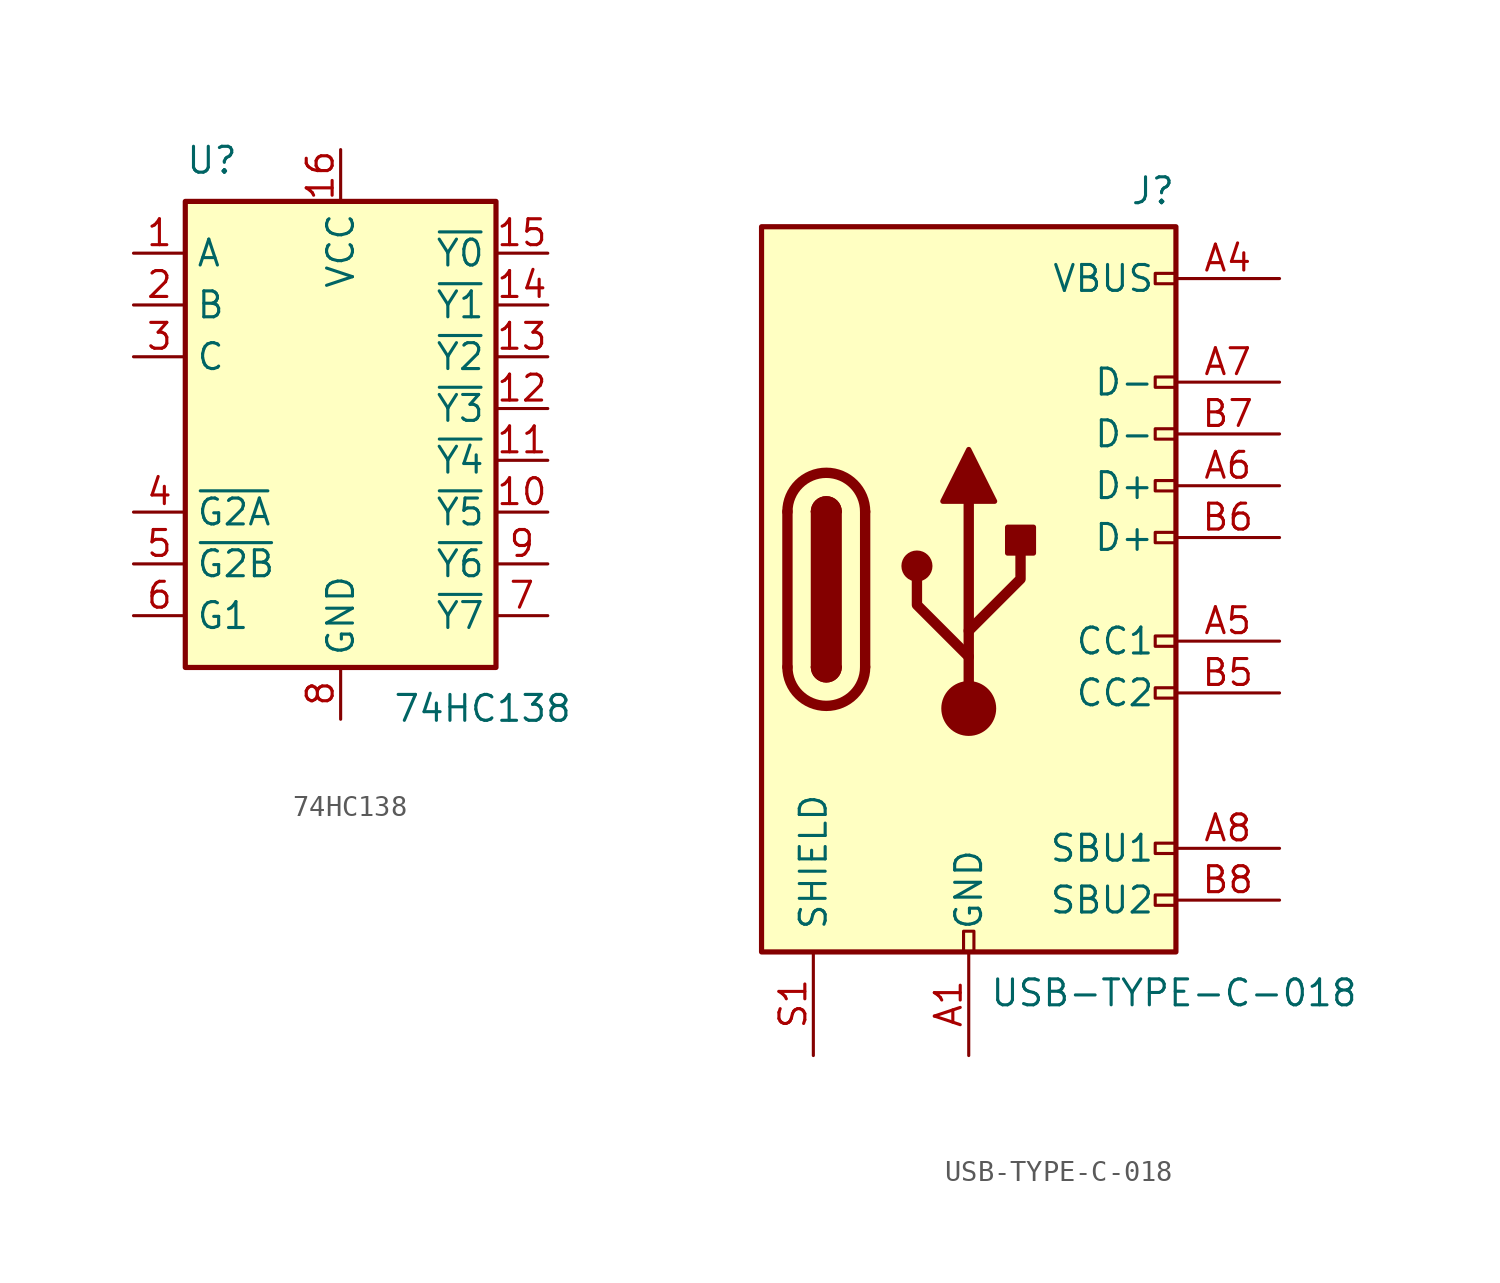
<source format=kicad_sym>
(kicad_symbol_lib
  (version 20241209)
  (generator "kicad_symbol_editor")
  (generator_version "9.0")
  (symbol "74HC138"
    (property "Reference" "U"
      (at -7.62 13.97 0)
      (effects (font (size 1.27 1.27)) (justify left bottom)))
    (property "Value" "74HC138"
      (at 2.54 -11.43 0)
      (effects (font (size 1.27 1.27)) (justify left top)))
    (symbol "74HC138_0_1"
      (rectangle (start -7.62 12.7) (end 7.62 -10.16) (stroke (width 0.254) (type default)) (fill (type background))))
    (symbol "74HC138_1_1"
      (pin input line (at -10.16 10.16 0) (length 2.54) (name "A" (effects (font (size 1.27 1.27)))) (number "1" (effects (font (size 1.27 1.27)))))
      (pin input line (at -10.16 7.62 0) (length 2.54) (name "B" (effects (font (size 1.27 1.27)))) (number "2" (effects (font (size 1.27 1.27)))))
      (pin input line (at -10.16 5.08 0) (length 2.54) (name "C" (effects (font (size 1.27 1.27)))) (number "3" (effects (font (size 1.27 1.27)))))
      (pin input line (at -10.16 -2.54 0) (length 2.54) (name "~{G2A}" (effects (font (size 1.27 1.27)))) (number "4" (effects (font (size 1.27 1.27)))))
      (pin input line (at -10.16 -5.08 0) (length 2.54) (name "~{G2B}" (effects (font (size 1.27 1.27)))) (number "5" (effects (font (size 1.27 1.27)))))
      (pin input line (at -10.16 -7.62 0) (length 2.54) (name "G1" (effects (font (size 1.27 1.27)))) (number "6" (effects (font (size 1.27 1.27)))))
      (pin power_in line (at 0 15.24 270) (length 2.54) (name "VCC" (effects (font (size 1.27 1.27)))) (number "16" (effects (font (size 1.27 1.27)))))
      (pin power_in line (at 0 -12.7 90) (length 2.54) (name "GND" (effects (font (size 1.27 1.27)))) (number "8" (effects (font (size 1.27 1.27)))))
      (pin output line (at 10.16 10.16 180) (length 2.54) (name "~{Y0}" (effects (font (size 1.27 1.27)))) (number "15" (effects (font (size 1.27 1.27)))))
      (pin output line (at 10.16 7.62 180) (length 2.54) (name "~{Y1}" (effects (font (size 1.27 1.27)))) (number "14" (effects (font (size 1.27 1.27)))))
      (pin output line (at 10.16 5.08 180) (length 2.54) (name "~{Y2}" (effects (font (size 1.27 1.27)))) (number "13" (effects (font (size 1.27 1.27)))))
      (pin output line (at 10.16 2.54 180) (length 2.54) (name "~{Y3}" (effects (font (size 1.27 1.27)))) (number "12" (effects (font (size 1.27 1.27)))))
      (pin output line (at 10.16 0 180) (length 2.54) (name "~{Y4}" (effects (font (size 1.27 1.27)))) (number "11" (effects (font (size 1.27 1.27)))))
      (pin output line (at 10.16 -2.54 180) (length 2.54) (name "~{Y5}" (effects (font (size 1.27 1.27)))) (number "10" (effects (font (size 1.27 1.27)))))
      (pin output line (at 10.16 -5.08 180) (length 2.54) (name "~{Y6}" (effects (font (size 1.27 1.27)))) (number "9" (effects (font (size 1.27 1.27)))))
      (pin output line (at 10.16 -7.62 180) (length 2.54) (name "~{Y7}" (effects (font (size 1.27 1.27)))) (number "7" (effects (font (size 1.27 1.27)))))))
  (symbol "USB-TYPE-C-018"
    (pin_names
      (offset 1.016))
    (property "Reference" "J"
      (at 10.16 18.796 0)
      (effects (font (size 1.27 1.27)) (justify right bottom)))
    (property "Value" "USB-TYPE-C-018"
      (at 1.016 -19.05 0)
      (effects (font (size 1.27 1.27)) (justify left top)))
    (symbol "USB-TYPE-C-018_0_0"
      (rectangle (start -0.254 -17.78) (end 0.254 -16.764) (stroke (width 0) (type default)) (fill (type none)))
      (rectangle (start 10.16 15.494) (end 9.144 14.986) (stroke (width 0) (type default)) (fill (type none)))
      (rectangle (start 10.16 10.414) (end 9.144 9.906) (stroke (width 0) (type default)) (fill (type none)))
      (rectangle (start 10.16 7.874) (end 9.144 7.366) (stroke (width 0) (type default)) (fill (type none)))
      (rectangle (start 10.16 5.334) (end 9.144 4.826) (stroke (width 0) (type default)) (fill (type none)))
      (rectangle (start 10.16 2.794) (end 9.144 2.286) (stroke (width 0) (type default)) (fill (type none)))
      (rectangle (start 10.16 -2.286) (end 9.144 -2.794) (stroke (width 0) (type default)) (fill (type none)))
      (rectangle (start 10.16 -4.826) (end 9.144 -5.334) (stroke (width 0) (type default)) (fill (type none)))
      (rectangle (start 10.16 -12.446) (end 9.144 -12.954) (stroke (width 0) (type default)) (fill (type none)))
      (rectangle (start 10.16 -14.986) (end 9.144 -15.494) (stroke (width 0) (type default)) (fill (type none))))
    (symbol "USB-TYPE-C-018_0_1"
      (rectangle (start -10.16 17.78) (end 10.16 -17.78) (stroke (width 0.254) (type default)) (fill (type background)))
      (polyline (pts (xy -8.89 -3.81) (xy -8.89 3.81)) (stroke (width 0.508) (type default)) (fill (type none)))
      (rectangle (start -7.62 -3.81) (end -6.35 3.81) (stroke (width 0.254) (type default)) (fill (type outline)))
      (arc (start -7.62 3.81) (mid -6.985 4.4423) (end -6.35 3.81) (stroke (width 0.254) (type default)) (fill (type none)))
      (arc (start -7.62 3.81) (mid -6.985 4.4423) (end -6.35 3.81) (stroke (width 0.254) (type default)) (fill (type outline)))
      (arc (start -8.89 3.81) (mid -6.985 5.7067) (end -5.08 3.81) (stroke (width 0.508) (type default)) (fill (type none)))
      (arc (start -5.08 -3.81) (mid -6.985 -5.7067) (end -8.89 -3.81) (stroke (width 0.508) (type default)) (fill (type none)))
      (arc (start -6.35 -3.81) (mid -6.985 -4.4423) (end -7.62 -3.81) (stroke (width 0.254) (type default)) (fill (type none)))
      (arc (start -6.35 -3.81) (mid -6.985 -4.4423) (end -7.62 -3.81) (stroke (width 0.254) (type default)) (fill (type outline)))
      (polyline (pts (xy -5.08 3.81) (xy -5.08 -3.81)) (stroke (width 0.508) (type default)) (fill (type none)))
      (circle (center -2.54 1.143) (radius 0.635) (stroke (width 0.254) (type default)) (fill (type outline)))
      (polyline (pts (xy -1.27 4.318) (xy 0 6.858) (xy 1.27 4.318) (xy -1.27 4.318)) (stroke (width 0.254) (type default)) (fill (type outline)))
      (polyline (pts (xy 0 -2.032) (xy 2.54 0.508) (xy 2.54 1.778)) (stroke (width 0.508) (type default)) (fill (type none)))
      (polyline (pts (xy 0 -3.302) (xy -2.54 -0.762) (xy -2.54 0.508)) (stroke (width 0.508) (type default)) (fill (type none)))
      (polyline (pts (xy 0 -5.842) (xy 0 4.318)) (stroke (width 0.508) (type default)) (fill (type none)))
      (circle (center 0 -5.842) (radius 1.27) (stroke (width 0) (type default)) (fill (type outline)))
      (rectangle (start 1.905 1.778) (end 3.175 3.048) (stroke (width 0.254) (type default)) (fill (type outline))))
    (symbol "USB-TYPE-C-018_1_1"
      (pin power_in line (at -7.62 -22.86 90) (length 5.08) (name "SHIELD" (effects (font (size 1.27 1.27)))) (number "S1" (effects (font (size 1.27 1.27)))))
      (pin power_in line (at 0 -22.86 90) (length 5.08) (name "GND" (effects (font (size 1.27 1.27)))) (number "A1" (effects (font (size 1.27 1.27)))))
      (pin power_in line (at 0 -22.86 90) (length 5.08) (hide yes) (name "GND" (effects (font (size 1.27 1.27)))) (number "A12" (effects (font (size 1.27 1.27)))))
      (pin power_in line (at 0 -22.86 90) (length 5.08) (hide yes) (name "GND" (effects (font (size 1.27 1.27)))) (number "B1" (effects (font (size 1.27 1.27)))))
      (pin power_in line (at 0 -22.86 90) (length 5.08) (hide yes) (name "GND" (effects (font (size 1.27 1.27)))) (number "B12" (effects (font (size 1.27 1.27)))))
      (pin power_out line (at 15.24 15.24 180) (length 5.08) (name "VBUS" (effects (font (size 1.27 1.27)))) (number "A4" (effects (font (size 1.27 1.27)))))
      (pin power_out line (at 15.24 15.24 180) (length 5.08) (hide yes) (name "VBUS" (effects (font (size 1.27 1.27)))) (number "A9" (effects (font (size 1.27 1.27)))))
      (pin power_out line (at 15.24 15.24 180) (length 5.08) (hide yes) (name "VBUS" (effects (font (size 1.27 1.27)))) (number "B4" (effects (font (size 1.27 1.27)))))
      (pin power_out line (at 15.24 15.24 180) (length 5.08) (hide yes) (name "VBUS" (effects (font (size 1.27 1.27)))) (number "B9" (effects (font (size 1.27 1.27)))))
      (pin bidirectional line (at 15.24 10.16 180) (length 5.08) (name "D-" (effects (font (size 1.27 1.27)))) (number "A7" (effects (font (size 1.27 1.27)))))
      (pin bidirectional line (at 15.24 7.62 180) (length 5.08) (name "D-" (effects (font (size 1.27 1.27)))) (number "B7" (effects (font (size 1.27 1.27)))))
      (pin bidirectional line (at 15.24 5.08 180) (length 5.08) (name "D+" (effects (font (size 1.27 1.27)))) (number "A6" (effects (font (size 1.27 1.27)))))
      (pin bidirectional line (at 15.24 2.54 180) (length 5.08) (name "D+" (effects (font (size 1.27 1.27)))) (number "B6" (effects (font (size 1.27 1.27)))))
      (pin bidirectional line (at 15.24 -2.54 180) (length 5.08) (name "CC1" (effects (font (size 1.27 1.27)))) (number "A5" (effects (font (size 1.27 1.27)))))
      (pin bidirectional line (at 15.24 -5.08 180) (length 5.08) (name "CC2" (effects (font (size 1.27 1.27)))) (number "B5" (effects (font (size 1.27 1.27)))))
      (pin bidirectional line (at 15.24 -12.7 180) (length 5.08) (name "SBU1" (effects (font (size 1.27 1.27)))) (number "A8" (effects (font (size 1.27 1.27)))))
      (pin bidirectional line (at 15.24 -15.24 180) (length 5.08) (name "SBU2" (effects (font (size 1.27 1.27)))) (number "B8" (effects (font (size 1.27 1.27))))))))
</source>
